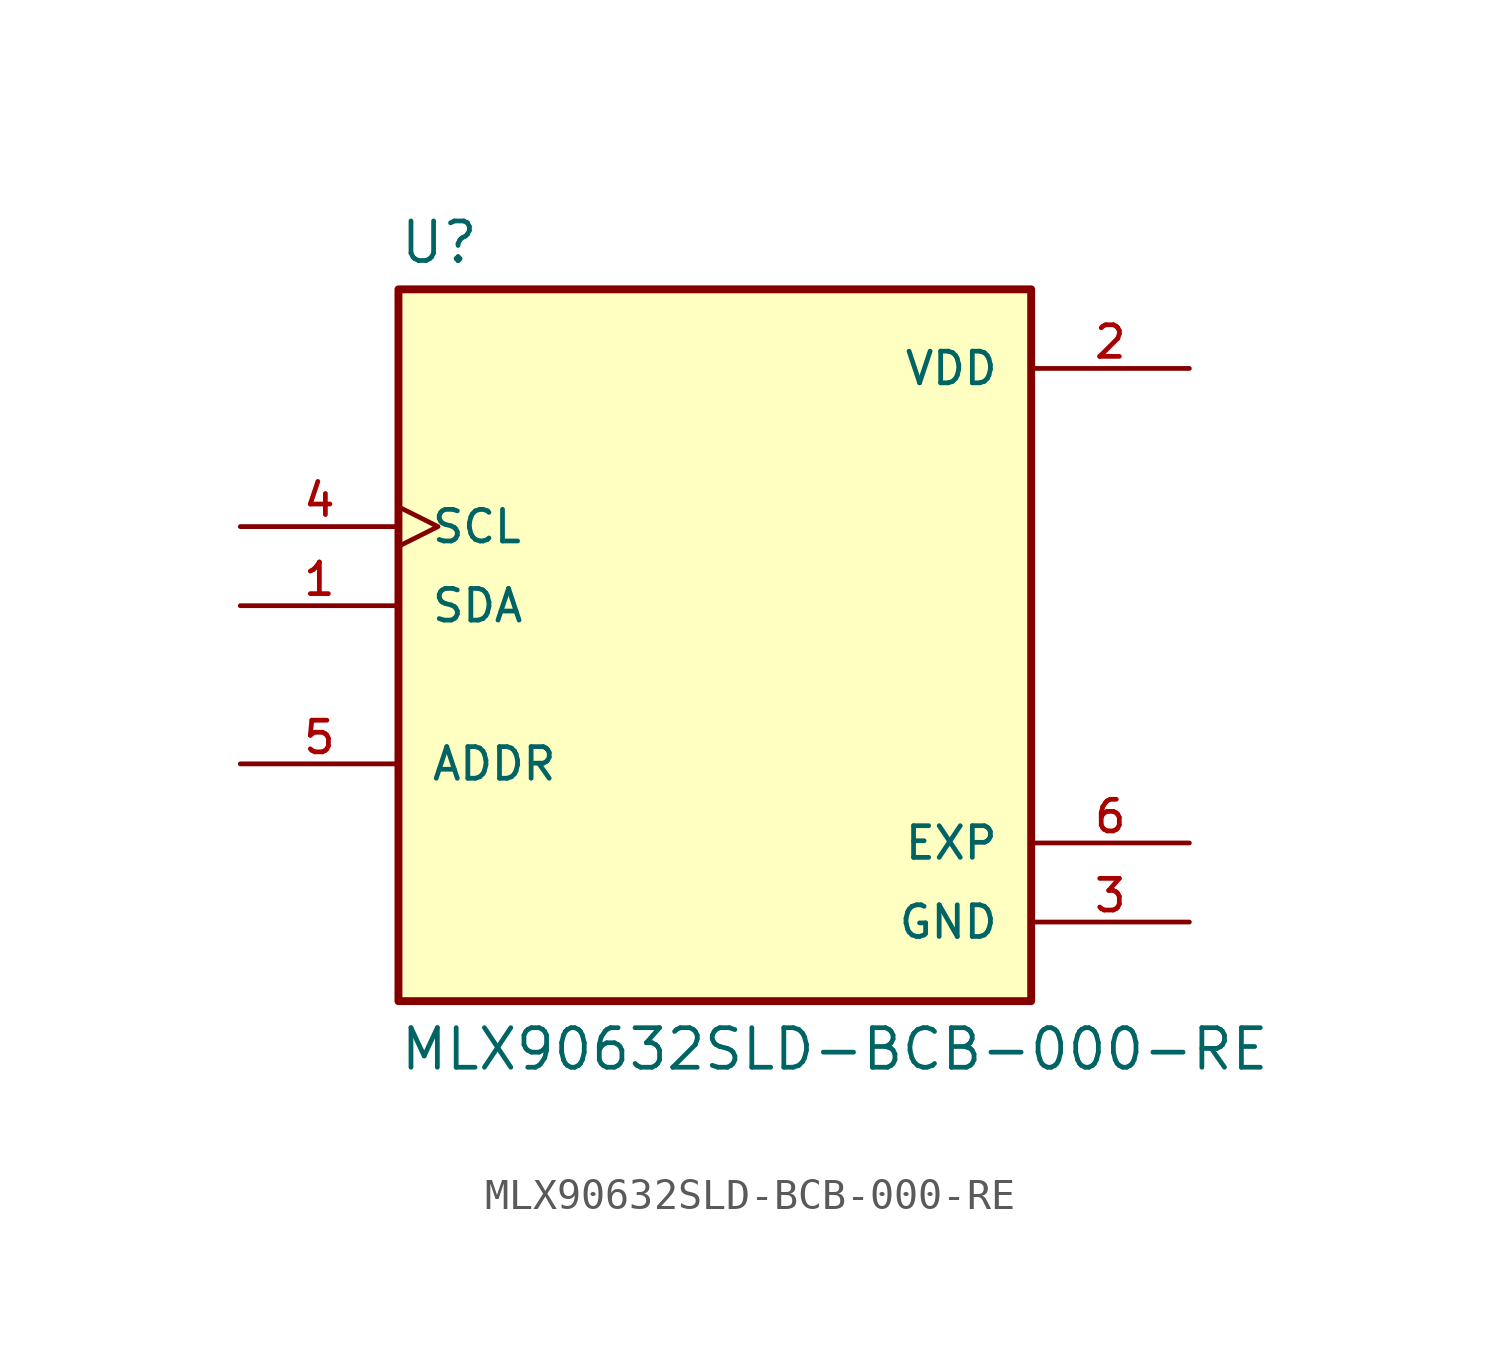
<source format=kicad_sym>
(kicad_symbol_lib
  (version 20211014)
  (generator kicad_symbol_editor)
  (symbol "MLX90632SLD-BCB-000-RE"
    (pin_names
      (offset 1.016))
    (property "Reference" "U"
      (at -10.16 10.922 0)
      (effects (font (size 1.27 1.27)) (justify bottom left)))
    (property "Value" "MLX90632SLD-BCB-000-RE"
      (at -10.16 -14.986 0)
      (effects (font (size 1.27 1.27)) (justify bottom left)))
    (symbol "MLX90632SLD-BCB-000-RE_0_0"
      (rectangle (start -10.16 -12.7) (end 10.16 10.16) (stroke (width 0.254)) (fill (type background)))
      (pin input line (at -15.24 0.0 0) (length 5.08) (name "SDA" (effects (font (size 1.016 1.016)))) (number "1" (effects (font (size 1.016 1.016)))))
      (pin power_in line (at 15.24 7.62 180.0) (length 5.08) (name "VDD" (effects (font (size 1.016 1.016)))) (number "2" (effects (font (size 1.016 1.016)))))
      (pin power_in line (at 15.24 -10.16 180.0) (length 5.08) (name "GND" (effects (font (size 1.016 1.016)))) (number "3" (effects (font (size 1.016 1.016)))))
      (pin input clock (at -15.24 2.54 0) (length 5.08) (name "SCL" (effects (font (size 1.016 1.016)))) (number "4" (effects (font (size 1.016 1.016)))))
      (pin input line (at -15.24 -5.08 0) (length 5.08) (name "ADDR" (effects (font (size 1.016 1.016)))) (number "5" (effects (font (size 1.016 1.016)))))
      (pin power_in line (at 15.24 -7.62 180.0) (length 5.08) (name "EXP" (effects (font (size 1.016 1.016)))) (number "6" (effects (font (size 1.016 1.016))))))))
</source>
